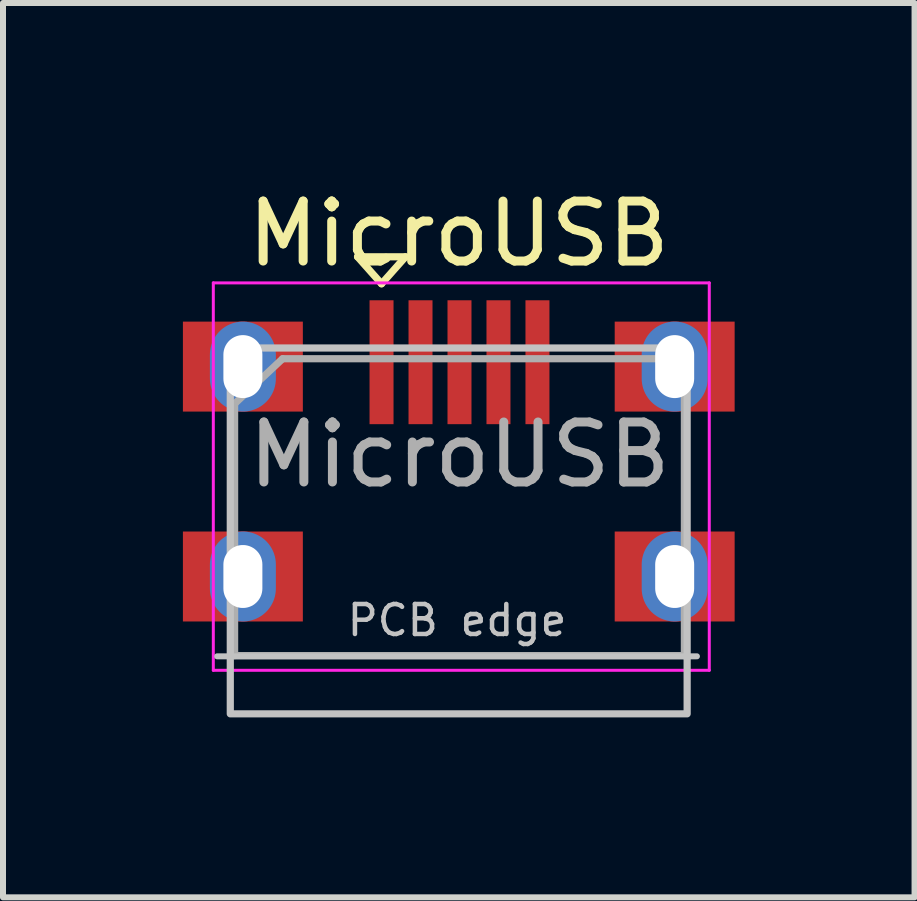
<source format=kicad_pcb>
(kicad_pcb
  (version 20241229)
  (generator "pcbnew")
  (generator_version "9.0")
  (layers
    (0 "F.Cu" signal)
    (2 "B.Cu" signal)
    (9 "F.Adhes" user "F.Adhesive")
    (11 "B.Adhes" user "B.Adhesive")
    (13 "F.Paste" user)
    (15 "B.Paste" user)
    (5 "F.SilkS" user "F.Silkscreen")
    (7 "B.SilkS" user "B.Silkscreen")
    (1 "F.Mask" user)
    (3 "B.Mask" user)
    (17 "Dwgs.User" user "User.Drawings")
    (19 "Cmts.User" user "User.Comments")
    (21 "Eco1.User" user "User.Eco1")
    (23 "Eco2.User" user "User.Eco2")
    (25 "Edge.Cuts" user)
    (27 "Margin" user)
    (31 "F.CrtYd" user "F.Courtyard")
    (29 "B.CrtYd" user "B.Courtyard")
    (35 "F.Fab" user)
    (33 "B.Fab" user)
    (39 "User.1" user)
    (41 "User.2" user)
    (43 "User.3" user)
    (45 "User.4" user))
  (footprint "MicroUSB"
    (layer "F.Cu")
    (at 4.6 6.563)
    (property "Reference" "MicroUSB" (at 0 -5.715 0) (unlocked yes) (layer "F.SilkS") (effects (font (size 1 1) (thickness 0.15))))
    (attr smd)
    (fp_line (start -1.688 -5.331) (end -0.888 -5.331) (stroke (width 0.12) (type solid)) (layer "F.SilkS"))
    (fp_line (start -1.288 -4.881) (end -1.688 -5.331) (stroke (width 0.12) (type solid)) (layer "F.SilkS"))
    (fp_line (start -0.888 -5.331) (end -1.288 -4.881) (stroke (width 0.12) (type solid)) (layer "F.SilkS"))
    (fp_line (start -4.029 1.331) (end 3.971 1.331) (stroke (width 0.1) (type solid)) (layer "Dwgs.User"))
    (fp_rect (start -3.81 -3.81) (end 3.808 2.29) (stroke (width 0.12) (type default)) (fill no) (layer "Dwgs.User"))
    (fp_line (start -4.093 -4.896) (end -4.093 1.564) (stroke (width 0.05) (type solid)) (layer "F.CrtYd"))
    (fp_line (start -4.093 -4.896) (end 4.177 -4.896) (stroke (width 0.05) (type solid)) (layer "F.CrtYd"))
    (fp_line (start 4.177 1.564) (end -4.093 1.564) (stroke (width 0.05) (type solid)) (layer "F.CrtYd"))
    (fp_line (start 4.177 1.564) (end 4.177 -4.896) (stroke (width 0.05) (type solid)) (layer "F.CrtYd"))
    (fp_line (start -3.738 -2.881) (end -2.938 -3.631) (stroke (width 0.12) (type solid)) (layer "F.Fab"))
    (fp_line (start -3.738 1.319) (end -3.738 -2.881) (stroke (width 0.12) (type solid)) (layer "F.Fab"))
    (fp_line (start -2.938 -3.631) (end 3.762 -3.631) (stroke (width 0.12) (type solid)) (layer "F.Fab"))
    (fp_line (start 3.762 -3.631) (end 3.762 1.319) (stroke (width 0.12) (type solid)) (layer "F.Fab"))
    (fp_line (start 3.762 1.319) (end -3.738 1.319) (stroke (width 0.12) (type solid)) (layer "F.Fab"))
    (fp_text user "PCB edge" (at -0.029 0.731 0) (layer "Dwgs.User") (effects (font (size 0.5 0.5) (thickness 0.075))))
    (fp_text user "${REFERENCE}" (at 0.012 -2.031 0) (layer "F.Fab") (effects (font (size 1 1) (thickness 0.15))))
    (pad "1" smd rect (at -1.288 -3.573 90) (size 2.066 0.4) (layers "F.Cu" "F.Mask" "F.Paste"))
    (pad "2" smd rect (at -0.638 -3.573 90) (size 2.066 0.4) (layers "F.Cu" "F.Mask" "F.Paste"))
    (pad "3" smd rect (at 0.012 -3.573 90) (size 2.066 0.4) (layers "F.Cu" "F.Mask" "F.Paste"))
    (pad "4" smd rect (at 0.662 -3.573 90) (size 2.066 0.4) (layers "F.Cu" "F.Mask" "F.Paste"))
    (pad "5" smd rect (at 1.312 -3.573 90) (size 2.066 0.4) (layers "F.Cu" "F.Mask" "F.Paste"))
    (pad "6" thru_hole oval (at -3.6 -3.5 90) (size 1.5 1.1) (drill oval 1.05 0.65) (layers "*.Cu" "*.Mask"))
    (pad "6" smd rect (at -3.6 -3.5) (size 2 1.5) (layers "F.Cu" "F.Mask" "F.Paste"))
    (pad "6" thru_hole oval (at -3.6 0 90) (size 1.5 1.1) (drill oval 1.05 0.65) (layers "*.Cu" "*.Mask"))
    (pad "6" smd rect (at -3.6 0) (size 2 1.5) (layers "F.Cu" "F.Mask" "F.Paste"))
    (pad "6" thru_hole oval (at 3.6 -3.5 90) (size 1.5 1.1) (drill oval 1.05 0.65) (layers "*.Cu" "*.Mask"))
    (pad "6" smd rect (at 3.6 -3.5) (size 2 1.5) (layers "F.Cu" "F.Mask" "F.Paste"))
    (pad "6" thru_hole oval (at 3.6 0 90) (size 1.5 1.1) (drill oval 1.05 0.65) (layers "*.Cu" "*.Mask"))
    (pad "6" smd rect (at 3.6 0) (size 2 1.5) (layers "F.Cu" "F.Mask" "F.Paste")))
  (gr_rect
    (start -3 -3)
    (end 12.2 11.913)
    (stroke (width 0.1) (type default))
    (fill no)
    (layer "Edge.Cuts")))
</source>
